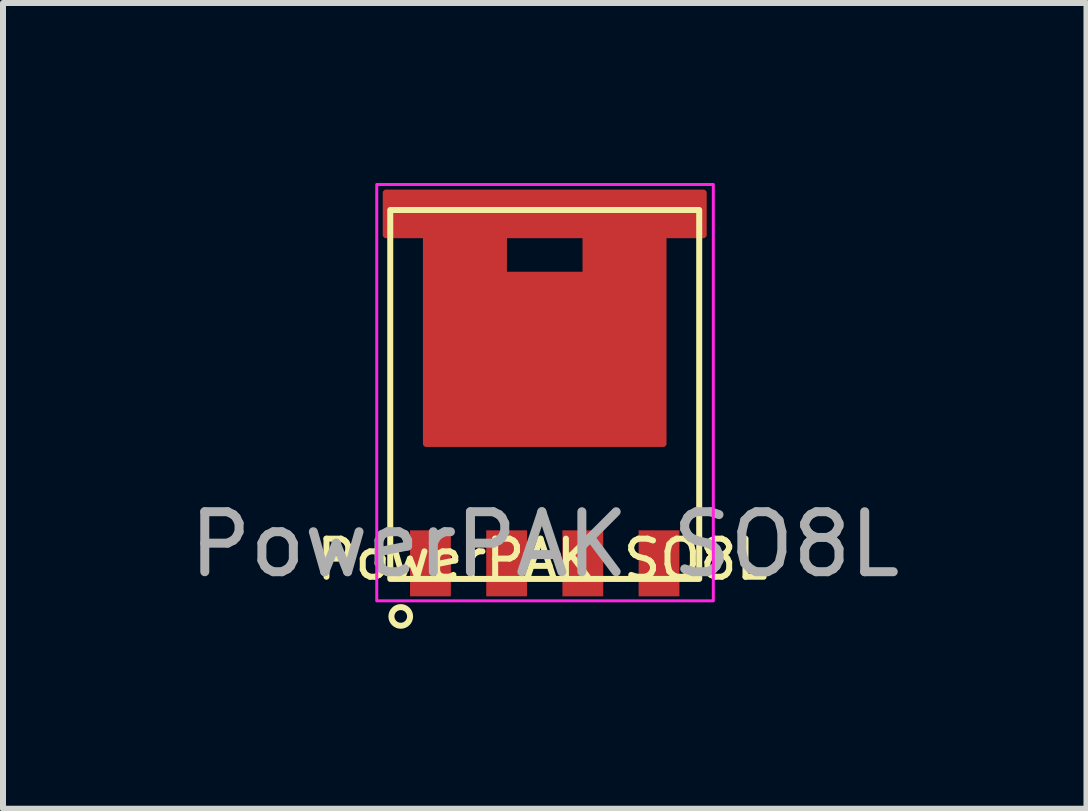
<source format=kicad_pcb>
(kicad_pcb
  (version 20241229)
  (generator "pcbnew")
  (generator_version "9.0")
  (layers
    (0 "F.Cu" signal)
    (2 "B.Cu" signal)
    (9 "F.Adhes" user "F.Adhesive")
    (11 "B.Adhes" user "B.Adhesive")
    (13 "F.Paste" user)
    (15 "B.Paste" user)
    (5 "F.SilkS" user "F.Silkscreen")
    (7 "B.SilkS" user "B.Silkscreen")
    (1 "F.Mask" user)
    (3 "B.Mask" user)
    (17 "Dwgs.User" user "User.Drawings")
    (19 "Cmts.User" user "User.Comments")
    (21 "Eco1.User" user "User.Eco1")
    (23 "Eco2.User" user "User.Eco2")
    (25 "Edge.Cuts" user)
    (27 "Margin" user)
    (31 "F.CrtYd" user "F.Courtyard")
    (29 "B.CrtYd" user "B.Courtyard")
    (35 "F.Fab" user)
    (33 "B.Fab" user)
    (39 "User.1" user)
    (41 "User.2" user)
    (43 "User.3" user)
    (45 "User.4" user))
  (footprint "PowerPAK SO8L"
    (layer "F.Cu")
    (at 6.03 3.525)
    (property "Reference" "PowerPAK SO8L" (at -0.04 2.75 0) (unlocked yes) (layer "F.SilkS") (effects (font (size 0.635 0.635) (thickness 0.1))))
    (attr smd)
    (fp_rect (start -2.575 -3.075) (end 2.575 3.075) (stroke (width 0.1) (type solid)) (fill no) (layer "F.SilkS"))
    (fp_circle (center -2.4 3.7) (end -2.29 3.81) (stroke (width 0.1) (type default)) (fill no) (layer "F.SilkS"))
    (fp_rect (start -2.8 -3.5) (end 2.81 3.44) (stroke (width 0.05) (type default)) (fill no) (layer "F.CrtYd"))
    (fp_text user "${REFERENCE}" (at 0 2.5 0) (unlocked yes) (layer "F.Fab") (effects (font (size 1 1) (thickness 0.15))))
    (pad "1" smd rect (at -1.905 2.815) (size 0.68 1.1) (layers "F.Cu" "F.Mask" "F.Paste"))
    (pad "2" smd rect (at -0.635 2.815) (size 0.68 1.1) (layers "F.Cu" "F.Mask" "F.Paste"))
    (pad "3" smd rect (at 0.635 2.815) (size 0.68 1.1) (layers "F.Cu" "F.Mask" "F.Paste"))
    (pad "4" smd rect (at 1.905 2.815) (size 0.68 1.1) (layers "F.Cu" "F.Mask" "F.Paste"))
    (pad "5" smd custom (at 0 -0.585) (size 1.905 1.27) (layers "F.Cu" "F.Mask" "F.Paste") (options (anchor rect)) (primitives (gr_rect (start -1.98 -1.41) (end 1.98 1.41) (width 0.1) (fill yes)) (gr_rect (start 0.68 -2.175) (end 1.98 -1.415) (width 0.1) (fill yes)) (gr_rect (start -2.65 -2.78) (end 2.65 -2.07) (width 0.1) (fill yes)) (gr_rect (start -1.98 -2.175) (end -0.68 -1.415) (width 0.1) (fill yes)))))
  (gr_rect
    (start -3 -3)
    (end 15.06 10.431)
    (stroke (width 0.1) (type default))
    (fill no)
    (layer "Edge.Cuts")))
</source>
